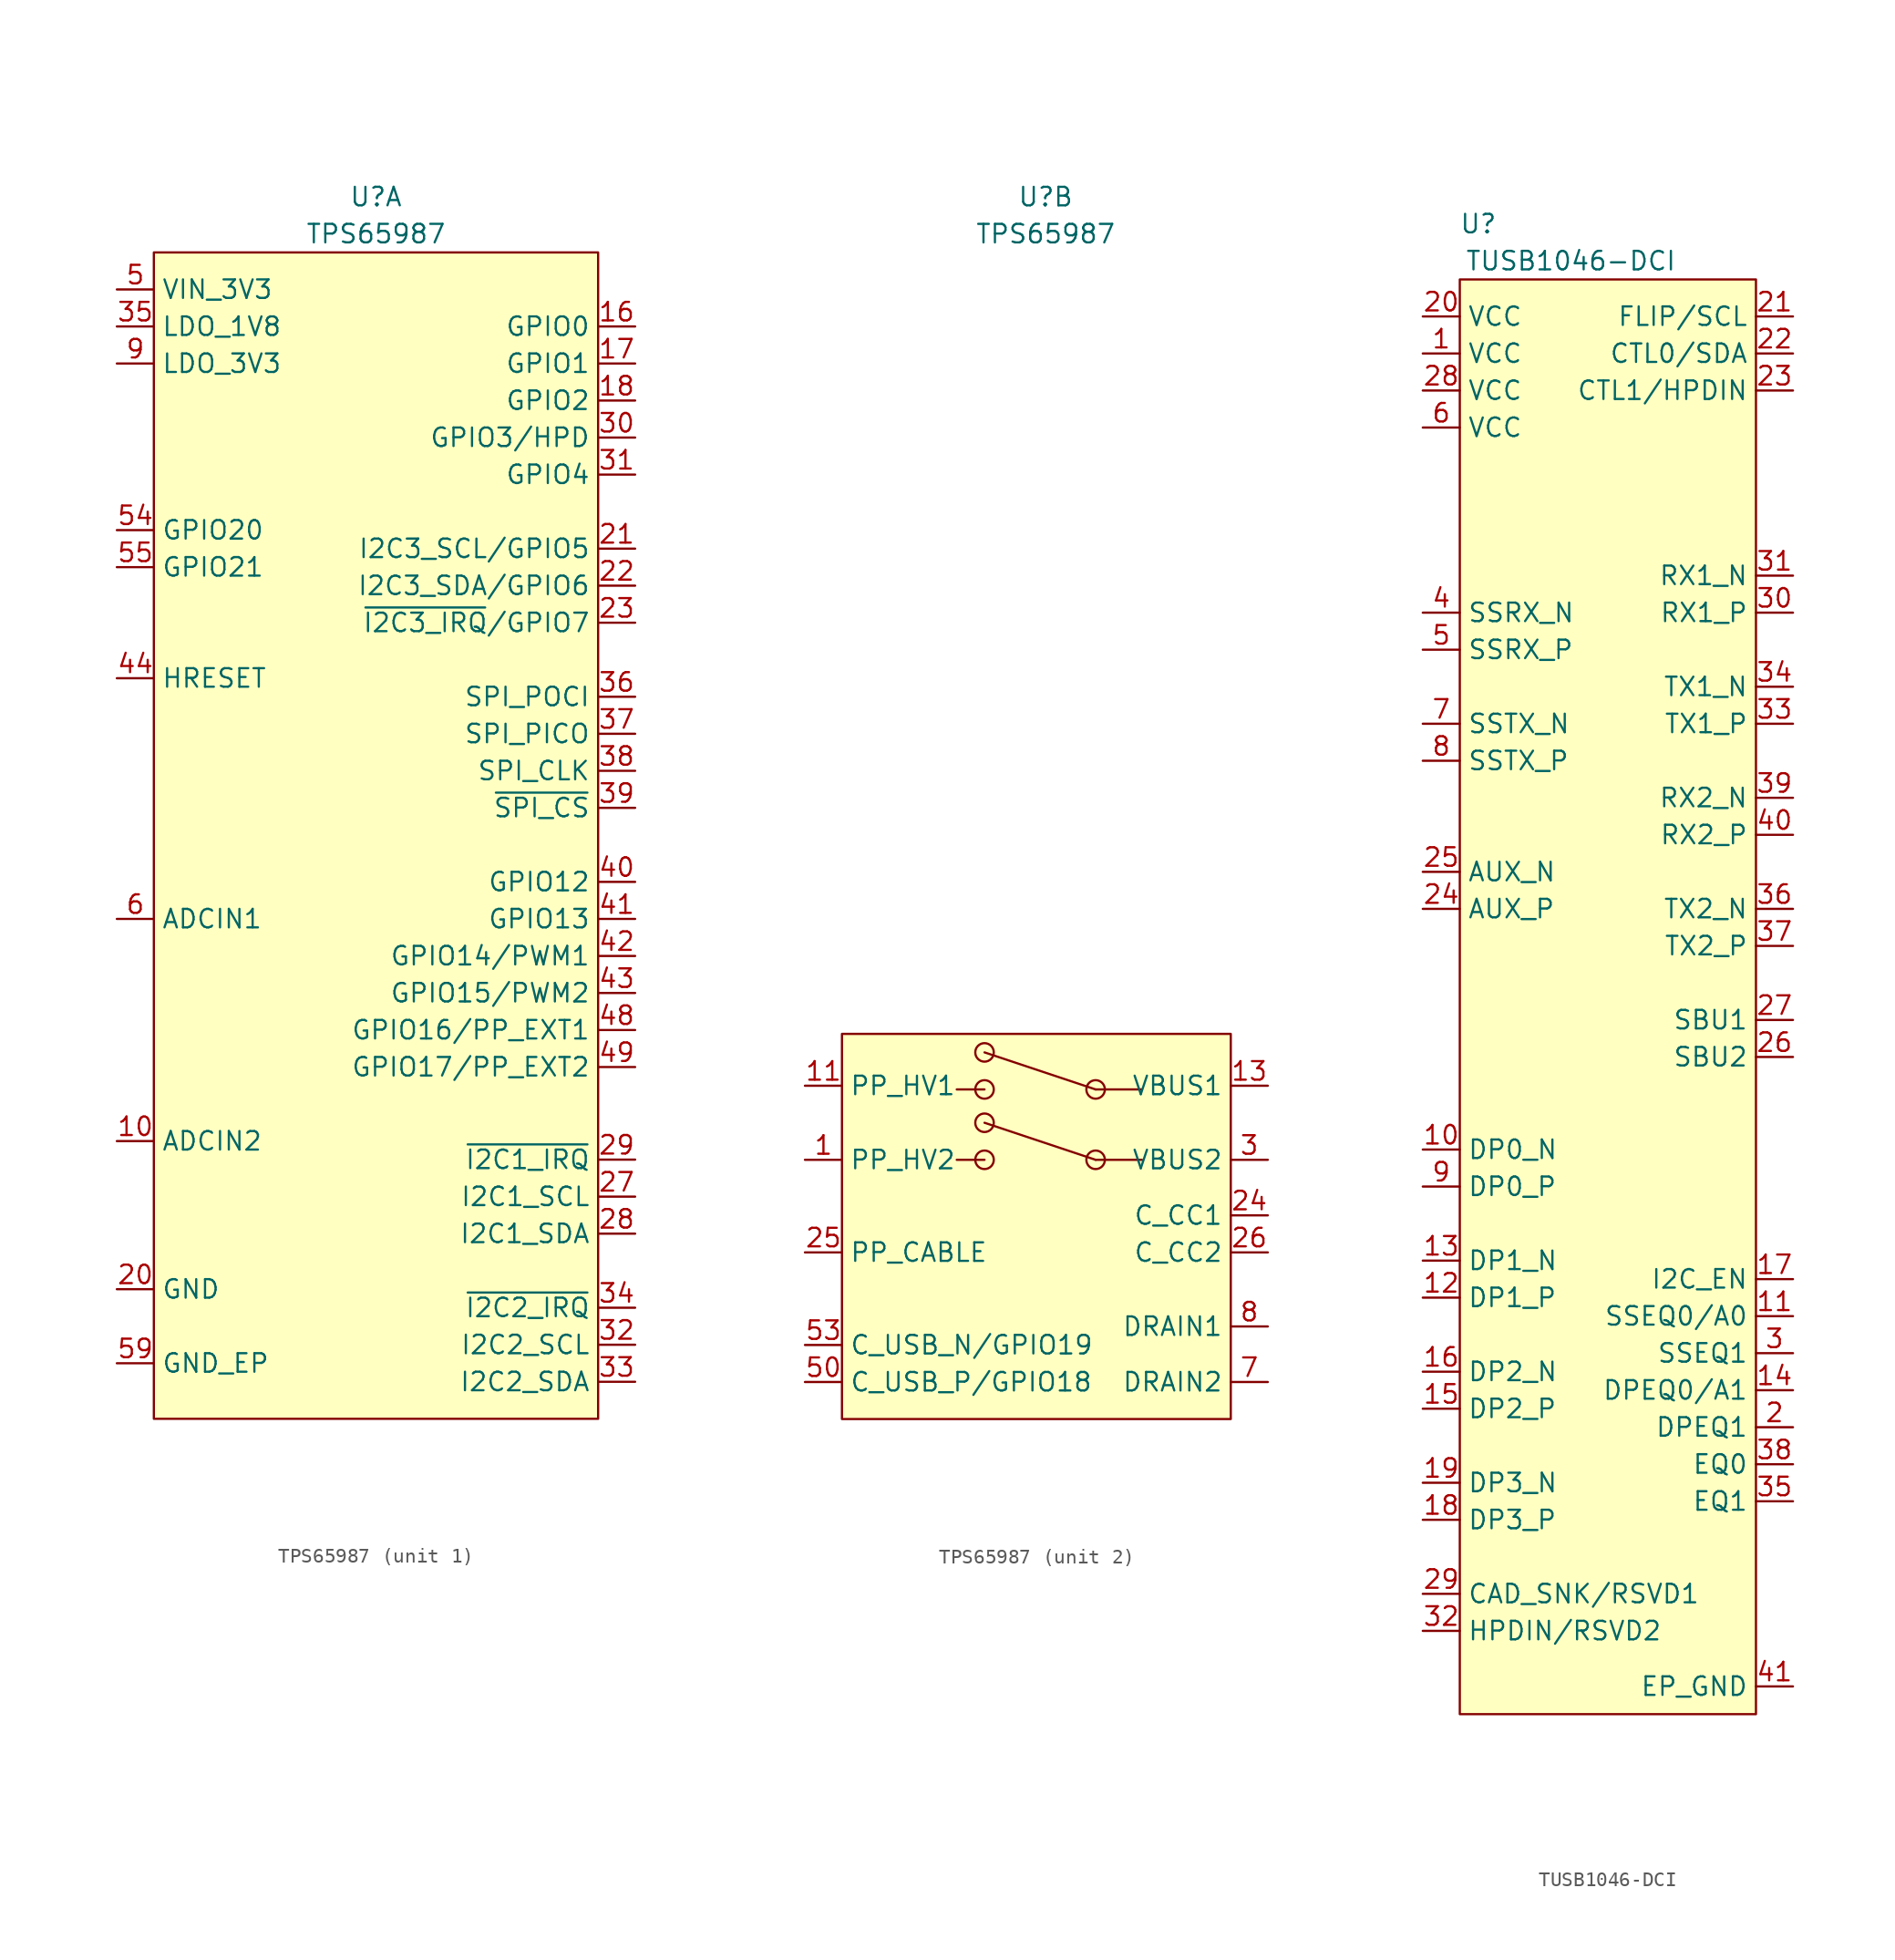
<source format=kicad_sym>
(kicad_symbol_lib
  (version 20220914)
  (generator kicad_symbol_editor)
  (symbol "TPS65987"
    (property "Reference" "U"
      (at 0 83.82 0)
      (effects (font (size 1.27 1.27))))
    (property "Value" "TPS65987"
      (at 0 81.28 0)
      (effects (font (size 1.27 1.27))))
    (property "ki_locked" ""
      (at 0 0 0)
      (effects (font (size 1.27 1.27))))
    (symbol "TPS65987_1_0"
      (rectangle (start -15.24 80.01) (end 15.24 0) (stroke (width 0) (type default)) (fill (type background))))
    (symbol "TPS65987_1_1"
      (pin input line (at -17.78 19.05 0) (length 2.54) (name "ADCIN2" (effects (font (size 1.27 1.27)))) (number "10" (effects (font (size 1.27 1.27)))))
      (pin bidirectional line (at 17.78 74.93 180) (length 2.54) (name "GPIO0" (effects (font (size 1.27 1.27)))) (number "16" (effects (font (size 1.27 1.27)))))
      (pin bidirectional line (at 17.78 72.39 180) (length 2.54) (name "GPIO1" (effects (font (size 1.27 1.27)))) (number "17" (effects (font (size 1.27 1.27)))))
      (pin bidirectional line (at 17.78 69.85 180) (length 2.54) (name "GPIO2" (effects (font (size 1.27 1.27)))) (number "18" (effects (font (size 1.27 1.27)))))
      (pin passive line (at -17.78 8.89 0) (length 2.54) (name "GND" (effects (font (size 1.27 1.27)))) (number "20" (effects (font (size 1.27 1.27)))))
      (pin bidirectional line (at 17.78 59.69 180) (length 2.54) (name "I2C3_SCL/GPIO5" (effects (font (size 1.27 1.27)))) (number "21" (effects (font (size 1.27 1.27)))) (alternate "GPIO5" bidirectional line) (alternate "I2C3_SCL" bidirectional line))
      (pin bidirectional line (at 17.78 57.15 180) (length 2.54) (name "I2C3_SDA/GPIO6" (effects (font (size 1.27 1.27)))) (number "22" (effects (font (size 1.27 1.27)))) (alternate "GPIO6" bidirectional line) (alternate "I2C3_SDA" bidirectional line))
      (pin bidirectional line (at 17.78 54.61 180) (length 2.54) (name "~{I2C3_IRQ}/GPIO7" (effects (font (size 1.27 1.27)))) (number "23" (effects (font (size 1.27 1.27)))) (alternate "GPIO7" bidirectional line) (alternate "~{I2C3_IRQ}" bidirectional line))
      (pin bidirectional line (at 17.78 15.24 180) (length 2.54) (name "I2C1_SCL" (effects (font (size 1.27 1.27)))) (number "27" (effects (font (size 1.27 1.27)))))
      (pin bidirectional line (at 17.78 12.7 180) (length 2.54) (name "I2C1_SDA" (effects (font (size 1.27 1.27)))) (number "28" (effects (font (size 1.27 1.27)))))
      (pin output line (at 17.78 17.78 180) (length 2.54) (name "~{I2C1_IRQ}" (effects (font (size 1.27 1.27)))) (number "29" (effects (font (size 1.27 1.27)))))
      (pin bidirectional line (at 17.78 67.31 180) (length 2.54) (name "GPIO3/HPD" (effects (font (size 1.27 1.27)))) (number "30" (effects (font (size 1.27 1.27)))) (alternate "GPIO3" bidirectional line) (alternate "HPD1" bidirectional line))
      (pin bidirectional line (at 17.78 64.77 180) (length 2.54) (name "GPIO4" (effects (font (size 1.27 1.27)))) (number "31" (effects (font (size 1.27 1.27)))) (alternate "GPIO4" bidirectional line) (alternate "HPD2" bidirectional line))
      (pin bidirectional line (at 17.78 5.08 180) (length 2.54) (name "I2C2_SCL" (effects (font (size 1.27 1.27)))) (number "32" (effects (font (size 1.27 1.27)))))
      (pin bidirectional line (at 17.78 2.54 180) (length 2.54) (name "I2C2_SDA" (effects (font (size 1.27 1.27)))) (number "33" (effects (font (size 1.27 1.27)))))
      (pin output line (at 17.78 7.62 180) (length 2.54) (name "~{I2C2_IRQ}" (effects (font (size 1.27 1.27)))) (number "34" (effects (font (size 1.27 1.27)))))
      (pin power_out line (at -17.78 74.93 0) (length 2.54) (name "LDO_1V8" (effects (font (size 1.27 1.27)))) (number "35" (effects (font (size 1.27 1.27)))))
      (pin bidirectional line (at 17.78 49.53 180) (length 2.54) (name "SPI_POCI" (effects (font (size 1.27 1.27)))) (number "36" (effects (font (size 1.27 1.27)))) (alternate "GPIO8" bidirectional line) (alternate "SPI_POCI" bidirectional line))
      (pin bidirectional line (at 17.78 46.99 180) (length 2.54) (name "SPI_PICO" (effects (font (size 1.27 1.27)))) (number "37" (effects (font (size 1.27 1.27)))) (alternate "GPIO9" bidirectional line) (alternate "SPI_PICO" bidirectional line))
      (pin bidirectional line (at 17.78 44.45 180) (length 2.54) (name "SPI_CLK" (effects (font (size 1.27 1.27)))) (number "38" (effects (font (size 1.27 1.27)))) (alternate "GPIO10" bidirectional line) (alternate "SPI_CLK" bidirectional line))
      (pin bidirectional line (at 17.78 41.91 180) (length 2.54) (name "~{SPI_CS}" (effects (font (size 1.27 1.27)))) (number "39" (effects (font (size 1.27 1.27)))) (alternate "GPIO11" bidirectional line) (alternate "~{SPI_CS}" bidirectional line))
      (pin bidirectional line (at 17.78 36.83 180) (length 2.54) (name "GPIO12" (effects (font (size 1.27 1.27)))) (number "40" (effects (font (size 1.27 1.27)))))
      (pin bidirectional line (at 17.78 34.29 180) (length 2.54) (name "GPIO13" (effects (font (size 1.27 1.27)))) (number "41" (effects (font (size 1.27 1.27)))))
      (pin bidirectional line (at 17.78 31.75 180) (length 2.54) (name "GPIO14/PWM1" (effects (font (size 1.27 1.27)))) (number "42" (effects (font (size 1.27 1.27)))) (alternate "GPIO14" bidirectional line) (alternate "PWM1" output line))
      (pin bidirectional line (at 17.78 29.21 180) (length 2.54) (name "GPIO15/PWM2" (effects (font (size 1.27 1.27)))) (number "43" (effects (font (size 1.27 1.27)))) (alternate "GPIO15" bidirectional line) (alternate "PWM2" output line))
      (pin input line (at -17.78 50.8 0) (length 2.54) (name "HRESET" (effects (font (size 1.27 1.27)))) (number "44" (effects (font (size 1.27 1.27)))))
      (pin passive line (at -17.78 8.89 0) (length 2.54) hide (name "GND" (effects (font (size 1.27 1.27)))) (number "45" (effects (font (size 1.27 1.27)))))
      (pin passive line (at -17.78 8.89 0) (length 2.54) hide (name "GND" (effects (font (size 1.27 1.27)))) (number "46" (effects (font (size 1.27 1.27)))))
      (pin passive line (at -17.78 8.89 0) (length 2.54) hide (name "GND" (effects (font (size 1.27 1.27)))) (number "47" (effects (font (size 1.27 1.27)))))
      (pin bidirectional line (at 17.78 26.67 180) (length 2.54) (name "GPIO16/PP_EXT1" (effects (font (size 1.27 1.27)))) (number "48" (effects (font (size 1.27 1.27)))) (alternate "GPIO16" bidirectional line) (alternate "PP_EXT1" output line))
      (pin bidirectional line (at 17.78 24.13 180) (length 2.54) (name "GPIO17/PP_EXT2" (effects (font (size 1.27 1.27)))) (number "49" (effects (font (size 1.27 1.27)))) (alternate "GPIO17" bidirectional line) (alternate "PP_EXT2" output line))
      (pin power_in line (at -17.78 77.47 0) (length 2.54) (name "VIN_3V3" (effects (font (size 1.27 1.27)))) (number "5" (effects (font (size 1.27 1.27)))))
      (pin passive line (at -17.78 8.89 0) (length 2.54) hide (name "GND" (effects (font (size 1.27 1.27)))) (number "51" (effects (font (size 1.27 1.27)))))
      (pin bidirectional line (at -17.78 60.96 0) (length 2.54) (name "GPIO20" (effects (font (size 1.27 1.27)))) (number "54" (effects (font (size 1.27 1.27)))) (alternate "GPIO17" bidirectional line) (alternate "PP_EXT2" output line))
      (pin bidirectional line (at -17.78 58.42 0) (length 2.54) (name "GPIO21" (effects (font (size 1.27 1.27)))) (number "55" (effects (font (size 1.27 1.27)))) (alternate "GPIO17" bidirectional line) (alternate "PP_EXT2" output line))
      (pin power_in line (at -17.78 3.81 0) (length 2.54) (name "GND_EP" (effects (font (size 1.27 1.27)))) (number "59" (effects (font (size 1.27 1.27)))))
      (pin input line (at -17.78 34.29 0) (length 2.54) (name "ADCIN1" (effects (font (size 1.27 1.27)))) (number "6" (effects (font (size 1.27 1.27)))))
      (pin power_out line (at -17.78 72.39 0) (length 2.54) (name "LDO_3V3" (effects (font (size 1.27 1.27)))) (number "9" (effects (font (size 1.27 1.27))))))
    (symbol "TPS65987_2_0"
      (rectangle (start -13.97 26.416) (end 12.7 0) (stroke (width 0) (type default)) (fill (type background)))
      (circle (center -4.191 17.78) (radius 0.635) (stroke (width 0) (type default)) (fill (type none)))
      (circle (center -4.191 20.32) (radius 0.635) (stroke (width 0) (type default)) (fill (type none)))
      (circle (center -4.191 22.606) (radius 0.635) (stroke (width 0) (type default)) (fill (type none)))
      (circle (center -4.191 25.146) (radius 0.635) (stroke (width 0) (type default)) (fill (type none)))
      (polyline (pts (xy -6.096 17.78) (xy -4.191 17.78)) (stroke (width 0) (type default)) (fill (type none)))
      (polyline (pts (xy -6.096 22.606) (xy -4.191 22.606)) (stroke (width 0) (type default)) (fill (type none)))
      (polyline (pts (xy 3.429 17.78) (xy -4.191 20.32)) (stroke (width 0) (type default)) (fill (type none)))
      (polyline (pts (xy 3.429 22.606) (xy -4.191 25.146)) (stroke (width 0) (type default)) (fill (type none)))
      (polyline (pts (xy 6.604 17.78) (xy 3.429 17.78)) (stroke (width 0) (type default)) (fill (type none)))
      (polyline (pts (xy 6.604 22.606) (xy 3.429 22.606)) (stroke (width 0) (type default)) (fill (type none)))
      (circle (center 3.429 17.78) (radius 0.635) (stroke (width 0) (type default)) (fill (type none)))
      (circle (center 3.429 22.606) (radius 0.635) (stroke (width 0) (type default)) (fill (type none))))
    (symbol "TPS65987_2_1"
      (pin bidirectional line (at -16.51 17.78 0) (length 2.54) (name "PP_HV2" (effects (font (size 1.27 1.27)))) (number "1" (effects (font (size 1.27 1.27)))))
      (pin bidirectional line (at -16.51 22.86 0) (length 2.54) (name "PP_HV1" (effects (font (size 1.27 1.27)))) (number "11" (effects (font (size 1.27 1.27)))))
      (pin bidirectional line (at -16.51 22.86 0) (length 2.54) hide (name "PP_HV1" (effects (font (size 1.27 1.27)))) (number "12" (effects (font (size 1.27 1.27)))))
      (pin bidirectional line (at 15.24 22.86 180) (length 2.54) (name "VBUS1" (effects (font (size 1.27 1.27)))) (number "13" (effects (font (size 1.27 1.27)))))
      (pin bidirectional line (at 15.24 22.86 180) (length 2.54) hide (name "VBUS1" (effects (font (size 1.27 1.27)))) (number "14" (effects (font (size 1.27 1.27)))))
      (pin passive line (at 15.24 6.35 180) (length 2.54) hide (name "DRAIN1" (effects (font (size 1.27 1.27)))) (number "15" (effects (font (size 1.27 1.27)))))
      (pin passive line (at 15.24 6.35 180) (length 2.54) hide (name "DRAIN1" (effects (font (size 1.27 1.27)))) (number "19" (effects (font (size 1.27 1.27)))))
      (pin bidirectional line (at -16.51 17.78 0) (length 2.54) hide (name "PP_HV2" (effects (font (size 1.27 1.27)))) (number "2" (effects (font (size 1.27 1.27)))))
      (pin bidirectional line (at 15.24 13.97 180) (length 2.54) (name "C_CC1" (effects (font (size 1.27 1.27)))) (number "24" (effects (font (size 1.27 1.27)))))
      (pin power_in line (at -16.51 11.43 0) (length 2.54) (name "PP_CABLE" (effects (font (size 1.27 1.27)))) (number "25" (effects (font (size 1.27 1.27)))))
      (pin bidirectional line (at 15.24 11.43 180) (length 2.54) (name "C_CC2" (effects (font (size 1.27 1.27)))) (number "26" (effects (font (size 1.27 1.27)))))
      (pin bidirectional line (at 15.24 17.78 180) (length 2.54) (name "VBUS2" (effects (font (size 1.27 1.27)))) (number "3" (effects (font (size 1.27 1.27)))))
      (pin bidirectional line (at 15.24 17.78 180) (length 2.54) hide (name "VBUS2" (effects (font (size 1.27 1.27)))) (number "4" (effects (font (size 1.27 1.27)))))
      (pin bidirectional line (at -16.51 2.54 0) (length 2.54) (name "C_USB_P/GPIO18" (effects (font (size 1.27 1.27)))) (number "50" (effects (font (size 1.27 1.27)))) (alternate "C1_USB_P" bidirectional line) (alternate "GPIO18" bidirectional line))
      (pin passive line (at 15.24 2.54 180) (length 2.54) hide (name "DRAIN2" (effects (font (size 1.27 1.27)))) (number "52" (effects (font (size 1.27 1.27)))))
      (pin bidirectional line (at -16.51 5.08 0) (length 2.54) (name "C_USB_N/GPIO19" (effects (font (size 1.27 1.27)))) (number "53" (effects (font (size 1.27 1.27)))) (alternate "C1_USB_N" bidirectional line) (alternate "GPIO19" bidirectional line))
      (pin passive line (at 15.24 2.54 180) (length 2.54) hide (name "DRAIN2" (effects (font (size 1.27 1.27)))) (number "56" (effects (font (size 1.27 1.27)))))
      (pin passive line (at 15.24 2.54 180) (length 2.54) hide (name "DRAIN2" (effects (font (size 1.27 1.27)))) (number "57" (effects (font (size 1.27 1.27)))))
      (pin passive line (at 15.24 6.35 180) (length 2.54) hide (name "DRAIN1" (effects (font (size 1.27 1.27)))) (number "58" (effects (font (size 1.27 1.27)))))
      (pin passive line (at 15.24 2.54 180) (length 2.54) (name "DRAIN2" (effects (font (size 1.27 1.27)))) (number "7" (effects (font (size 1.27 1.27)))))
      (pin passive line (at 15.24 6.35 180) (length 2.54) (name "DRAIN1" (effects (font (size 1.27 1.27)))) (number "8" (effects (font (size 1.27 1.27)))))))
  (symbol "TUSB1046-DCI"
    (property "Reference" "U"
      (at -8.89 44.45 0)
      (effects (font (size 1.27 1.27))))
    (property "Value" "TUSB1046-DCI"
      (at -2.54 41.91 0)
      (effects (font (size 1.27 1.27))))
    (symbol "TUSB1046-DCI_0_0"
      (pin passive line (at -12.7 35.56 0) (length 2.54) (name "VCC" (effects (font (size 1.27 1.27)))) (number "1" (effects (font (size 1.27 1.27)))))
      (pin input line (at -12.7 -19.05 0) (length 2.54) (name "DP0_N" (effects (font (size 1.27 1.27)))) (number "10" (effects (font (size 1.27 1.27)))))
      (pin input line (at 12.7 -30.48 180) (length 2.54) (name "SSEQ0/A0" (effects (font (size 1.27 1.27)))) (number "11" (effects (font (size 1.27 1.27)))))
      (pin input line (at -12.7 -29.21 0) (length 2.54) (name "DP1_P" (effects (font (size 1.27 1.27)))) (number "12" (effects (font (size 1.27 1.27)))))
      (pin input line (at -12.7 -26.67 0) (length 2.54) (name "DP1_N" (effects (font (size 1.27 1.27)))) (number "13" (effects (font (size 1.27 1.27)))))
      (pin input line (at 12.7 -35.56 180) (length 2.54) (name "DPEQ0/A1" (effects (font (size 1.27 1.27)))) (number "14" (effects (font (size 1.27 1.27)))))
      (pin input line (at -12.7 -36.83 0) (length 2.54) (name "DP2_P" (effects (font (size 1.27 1.27)))) (number "15" (effects (font (size 1.27 1.27)))))
      (pin input line (at -12.7 -34.29 0) (length 2.54) (name "DP2_N" (effects (font (size 1.27 1.27)))) (number "16" (effects (font (size 1.27 1.27)))))
      (pin input line (at 12.7 -27.94 180) (length 2.54) (name "I2C_EN" (effects (font (size 1.27 1.27)))) (number "17" (effects (font (size 1.27 1.27)))))
      (pin input line (at -12.7 -44.45 0) (length 2.54) (name "DP3_P" (effects (font (size 1.27 1.27)))) (number "18" (effects (font (size 1.27 1.27)))))
      (pin input line (at -12.7 -41.91 0) (length 2.54) (name "DP3_N" (effects (font (size 1.27 1.27)))) (number "19" (effects (font (size 1.27 1.27)))))
      (pin input line (at 12.7 -38.1 180) (length 2.54) (name "DPEQ1" (effects (font (size 1.27 1.27)))) (number "2" (effects (font (size 1.27 1.27)))))
      (pin passive line (at -12.7 38.1 0) (length 2.54) (name "VCC" (effects (font (size 1.27 1.27)))) (number "20" (effects (font (size 1.27 1.27)))))
      (pin input line (at 12.7 38.1 180) (length 2.54) (name "FLIP/SCL" (effects (font (size 1.27 1.27)))) (number "21" (effects (font (size 1.27 1.27)))))
      (pin input line (at 12.7 35.56 180) (length 2.54) (name "CTL0/SDA" (effects (font (size 1.27 1.27)))) (number "22" (effects (font (size 1.27 1.27)))))
      (pin input line (at 12.7 33.02 180) (length 2.54) (name "CTL1/HPDIN" (effects (font (size 1.27 1.27)))) (number "23" (effects (font (size 1.27 1.27)))))
      (pin bidirectional line (at -12.7 -2.54 0) (length 2.54) (name "AUX_P" (effects (font (size 1.27 1.27)))) (number "24" (effects (font (size 1.27 1.27)))))
      (pin bidirectional line (at -12.7 0 0) (length 2.54) (name "AUX_N" (effects (font (size 1.27 1.27)))) (number "25" (effects (font (size 1.27 1.27)))))
      (pin bidirectional line (at 12.7 -12.7 180) (length 2.54) (name "SBU2" (effects (font (size 1.27 1.27)))) (number "26" (effects (font (size 1.27 1.27)))))
      (pin bidirectional line (at 12.7 -10.16 180) (length 2.54) (name "SBU1" (effects (font (size 1.27 1.27)))) (number "27" (effects (font (size 1.27 1.27)))))
      (pin passive line (at -12.7 33.02 0) (length 2.54) (name "VCC" (effects (font (size 1.27 1.27)))) (number "28" (effects (font (size 1.27 1.27)))))
      (pin bidirectional line (at -12.7 -49.53 0) (length 2.54) (name "CAD_SNK/RSVD1" (effects (font (size 1.27 1.27)))) (number "29" (effects (font (size 1.27 1.27)))) (alternate "CAD_SNK" bidirectional line) (alternate "RSVD1" no_connect line))
      (pin input line (at 12.7 -33.02 180) (length 2.54) (name "SSEQ1" (effects (font (size 1.27 1.27)))) (number "3" (effects (font (size 1.27 1.27)))))
      (pin bidirectional line (at 12.7 17.78 180) (length 2.54) (name "RX1_P" (effects (font (size 1.27 1.27)))) (number "30" (effects (font (size 1.27 1.27)))))
      (pin bidirectional line (at 12.7 20.32 180) (length 2.54) (name "RX1_N" (effects (font (size 1.27 1.27)))) (number "31" (effects (font (size 1.27 1.27)))))
      (pin bidirectional line (at -12.7 -52.07 0) (length 2.54) (name "HPDIN/RSVD2" (effects (font (size 1.27 1.27)))) (number "32" (effects (font (size 1.27 1.27)))) (alternate "HPDIN" bidirectional line) (alternate "RSVD2" no_connect line))
      (pin output line (at 12.7 10.16 180) (length 2.54) (name "TX1_P" (effects (font (size 1.27 1.27)))) (number "33" (effects (font (size 1.27 1.27)))))
      (pin output line (at 12.7 12.7 180) (length 2.54) (name "TX1_N" (effects (font (size 1.27 1.27)))) (number "34" (effects (font (size 1.27 1.27)))))
      (pin input line (at 12.7 -43.18 180) (length 2.54) (name "EQ1" (effects (font (size 1.27 1.27)))) (number "35" (effects (font (size 1.27 1.27)))))
      (pin output line (at 12.7 -2.54 180) (length 2.54) (name "TX2_N" (effects (font (size 1.27 1.27)))) (number "36" (effects (font (size 1.27 1.27)))))
      (pin output line (at 12.7 -5.08 180) (length 2.54) (name "TX2_P" (effects (font (size 1.27 1.27)))) (number "37" (effects (font (size 1.27 1.27)))))
      (pin input line (at 12.7 -40.64 180) (length 2.54) (name "EQ0" (effects (font (size 1.27 1.27)))) (number "38" (effects (font (size 1.27 1.27)))))
      (pin bidirectional line (at 12.7 5.08 180) (length 2.54) (name "RX2_N" (effects (font (size 1.27 1.27)))) (number "39" (effects (font (size 1.27 1.27)))))
      (pin bidirectional line (at -12.7 17.78 0) (length 2.54) (name "SSRX_N" (effects (font (size 1.27 1.27)))) (number "4" (effects (font (size 1.27 1.27)))))
      (pin bidirectional line (at 12.7 2.54 180) (length 2.54) (name "RX2_P" (effects (font (size 1.27 1.27)))) (number "40" (effects (font (size 1.27 1.27)))))
      (pin power_in line (at 12.7 -55.88 180) (length 2.54) (name "EP_GND" (effects (font (size 1.27 1.27)))) (number "41" (effects (font (size 1.27 1.27)))))
      (pin bidirectional line (at -12.7 15.24 0) (length 2.54) (name "SSRX_P" (effects (font (size 1.27 1.27)))) (number "5" (effects (font (size 1.27 1.27)))))
      (pin passive line (at -12.7 30.48 0) (length 2.54) (name "VCC" (effects (font (size 1.27 1.27)))) (number "6" (effects (font (size 1.27 1.27)))))
      (pin input line (at -12.7 10.16 0) (length 2.54) (name "SSTX_N" (effects (font (size 1.27 1.27)))) (number "7" (effects (font (size 1.27 1.27)))))
      (pin input line (at -12.7 7.62 0) (length 2.54) (name "SSTX_P" (effects (font (size 1.27 1.27)))) (number "8" (effects (font (size 1.27 1.27)))))
      (pin input line (at -12.7 -21.59 0) (length 2.54) (name "DP0_P" (effects (font (size 1.27 1.27)))) (number "9" (effects (font (size 1.27 1.27))))))
    (symbol "TUSB1046-DCI_0_1"
      (rectangle (start -10.16 40.64) (end 10.16 -57.785) (stroke (width 0.152) (type default)) (fill (type background))))))
</source>
